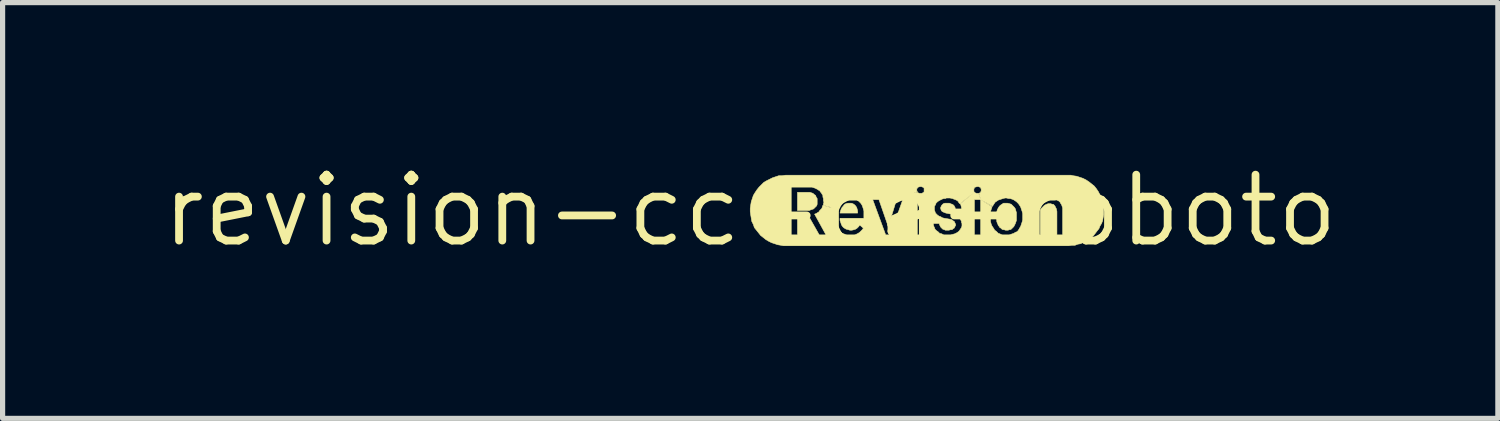
<source format=kicad_pcb>
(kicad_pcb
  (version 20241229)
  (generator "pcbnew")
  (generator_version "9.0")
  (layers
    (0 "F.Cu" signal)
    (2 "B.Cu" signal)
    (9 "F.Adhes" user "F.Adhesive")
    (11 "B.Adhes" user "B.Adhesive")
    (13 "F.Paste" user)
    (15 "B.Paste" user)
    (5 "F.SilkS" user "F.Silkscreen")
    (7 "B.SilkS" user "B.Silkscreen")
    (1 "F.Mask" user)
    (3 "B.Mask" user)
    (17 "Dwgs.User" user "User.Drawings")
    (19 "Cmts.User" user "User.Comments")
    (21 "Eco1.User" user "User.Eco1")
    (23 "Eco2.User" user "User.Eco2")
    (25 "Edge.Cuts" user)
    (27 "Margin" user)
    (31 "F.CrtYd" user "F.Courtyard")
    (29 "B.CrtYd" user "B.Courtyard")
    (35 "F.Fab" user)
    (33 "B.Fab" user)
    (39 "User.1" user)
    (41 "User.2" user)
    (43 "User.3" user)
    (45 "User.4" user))
  (footprint "revision-cc-ca-roboto"
    (layer "F.Cu")
    (at 11.407 1.006)
    (property "Reference" "revision-cc-ca-roboto" (at 0 0 0) (layer "F.SilkS") (effects (font (size 1.27 1.27) (thickness 0.15))))
    (attr board_only exclude_from_pos_files exclude_from_bom)
    (fp_poly (pts (xy 1.91 -0.14) (xy 1.88 -0.14) (xy 1.84 -0.13) (xy 1.81 -0.11) (xy 1.79 -0.08) (xy 1.77 -0.06) (xy 1.75 -0.02) (xy 1.74 0.01) (xy 1.73 0.05) (xy 2.07 0.05) (xy 2.07 0.01) (xy 2.06 -0.03) (xy 2.05 -0.06) (xy 2.03 -0.09) (xy 2.01 -0.11) (xy 1.98 -0.13) (xy 1.95 -0.14) (xy 1.91 -0.14)) (stroke (width 0.01) (type solid)) (fill yes) (layer "F.SilkS"))
    (fp_poly (pts (xy 0.91 0) (xy 1.1 0) (xy 1.14 0) (xy 1.16 -0.01) (xy 1.19 -0.02) (xy 1.22 -0.03) (xy 1.24 -0.05) (xy 1.26 -0.07) (xy 1.28 -0.09) (xy 1.29 -0.12) (xy 1.29 -0.15) (xy 1.29 -0.2) (xy 1.29 -0.23) (xy 1.27 -0.26) (xy 1.26 -0.29) (xy 1.23 -0.31) (xy 1.21 -0.33) (xy 1.18 -0.34) (xy 1.15 -0.35) (xy 1.1 -0.35) (xy 0.91 -0.35) (xy 0.91 0)) (stroke (width 0.01) (type solid)) (fill yes) (layer "F.SilkS"))
    (fp_poly (pts (xy 4.74 0.12) (xy 4.74 0.15) (xy 4.75 0.18) (xy 4.75 0.21) (xy 4.76 0.24) (xy 4.77 0.26) (xy 4.78 0.29) (xy 4.8 0.31) (xy 4.81 0.33) (xy 4.83 0.34) (xy 4.85 0.36) (xy 4.87 0.37) (xy 4.89 0.37) (xy 4.92 0.38) (xy 4.94 0.38) (xy 4.97 0.38) (xy 4.99 0.37) (xy 5.01 0.37) (xy 5.03 0.36) (xy 5.05 0.34) (xy 5.06 0.33) (xy 5.08 0.31) (xy 5.09 0.29) (xy 5.1 0.27) (xy 5.11 0.25) (xy 5.12 0.22) (xy 5.13 0.19) (xy 5.13 0.13) (xy 5.13 0.07) (xy 5.13 0.04) (xy 5.12 0.01) (xy 5.11 -0.03) (xy 5.09 -0.06) (xy 5.06 -0.09) (xy 5.03 -0.12) (xy 5 -0.13) (xy 4.96 -0.14) (xy 4.92 -0.14) (xy 4.88 -0.14) (xy 4.85 -0.12) (xy 4.82 -0.1) (xy 4.8 -0.08) (xy 4.78 -0.05) (xy 4.76 -0.01) (xy 4.75 0.03) (xy 4.74 0.07) (xy 4.74 0.12)) (stroke (width 0.01) (type solid)) (fill yes) (layer "F.SilkS"))
    (fp_poly (pts (xy 0.68 -0.68) (xy 0.61 -0.67) (xy 0.55 -0.67) (xy 0.49 -0.65) (xy 0.43 -0.63) (xy 0.37 -0.6) (xy 0.31 -0.57) (xy 0.26 -0.54) (xy 0.21 -0.49) (xy 0.17 -0.45) (xy 0.13 -0.4) (xy 0.09 -0.34) (xy 0.06 -0.29) (xy 0.04 -0.23) (xy 0.02 -0.17) (xy 0.01 -0.11) (xy 0 -0.04) (xy 0 0.02) (xy 0.01 0.09) (xy 0.02 0.15) (xy 0.03 0.21) (xy 0.06 0.27) (xy 0.08 0.33) (xy 0.12 0.38) (xy 0.16 0.43) (xy 0.2 0.48) (xy 0.25 0.52) (xy 0.3 0.56) (xy 0.35 0.59) (xy 0.41 0.62) (xy 0.47 0.64) (xy 0.53 0.66) (xy 0.59 0.67) (xy 0.64 0.68) (xy 0.68 0.68) (xy 0.79 0.47) (xy 0.79 -0.45) (xy 1.1 -0.45) (xy 1.15 -0.45) (xy 1.19 -0.45) (xy 1.25 -0.43) (xy 1.27 -0.42) (xy 1.29 -0.41) (xy 1.32 -0.39) (xy 1.34 -0.38) (xy 1.35 -0.36) (xy 1.37 -0.34) (xy 1.38 -0.32) (xy 1.4 -0.29) (xy 1.4 -0.26) (xy 1.41 -0.23) (xy 1.41 -0.19) (xy 1.42 -0.16) (xy 1.41 -0.13) (xy 1.41 -0.1) (xy 1.64 -0.04) (xy 1.65 -0.07) (xy 1.66 -0.1) (xy 1.68 -0.12) (xy 1.7 -0.15) (xy 1.72 -0.17) (xy 1.75 -0.19) (xy 1.78 -0.2) (xy 1.81 -0.22) (xy 1.84 -0.23) (xy 1.87 -0.23) (xy 1.9 -0.24) (xy 1.93 -0.24) (xy 1.96 -0.23) (xy 1.99 -0.23) (xy 2.02 -0.22) (xy 2.05 -0.21) (xy 2.07 -0.19) (xy 2.09 -0.18) (xy 2.11 -0.16) (xy 2.13 -0.14) (xy 2.15 -0.11) (xy 2.36 -0.21) (xy 2.48 -0.21) (xy 2.66 0.31) (xy 2.82 -0.21) (xy 2.94 -0.21) (xy 3.22 -0.37) (xy 3.21 -0.38) (xy 3.21 -0.39) (xy 3.21 -0.42) (xy 3.22 -0.43) (xy 3.23 -0.44) (xy 3.23 -0.45) (xy 3.24 -0.45) (xy 3.27 -0.46) (xy 3.3 -0.46) (xy 3.32 -0.45) (xy 3.33 -0.45) (xy 3.34 -0.44) (xy 3.35 -0.43) (xy 3.35 -0.42) (xy 3.35 -0.4) (xy 3.35 -0.39) (xy 3.35 -0.37) (xy 3.35 -0.36) (xy 3.34 -0.35) (xy 3.33 -0.34) (xy 3.32 -0.34) (xy 3.31 -0.33) (xy 3.34 -0.21) (xy 3.57 -0.11) (xy 3.58 -0.14) (xy 3.61 -0.17) (xy 3.64 -0.19) (xy 3.66 -0.2) (xy 3.68 -0.21) (xy 3.7 -0.22) (xy 3.73 -0.23) (xy 3.76 -0.23) (xy 3.78 -0.24) (xy 3.85 -0.24) (xy 3.9 -0.23) (xy 3.92 -0.22) (xy 3.95 -0.21) (xy 3.97 -0.2) (xy 3.99 -0.19) (xy 4.01 -0.17) (xy 4.02 -0.15) (xy 4.04 -0.13) (xy 4.32 -0.35) (xy 4.31 -0.37) (xy 4.31 -0.38) (xy 4.31 -0.39) (xy 4.31 -0.42) (xy 4.32 -0.43) (xy 4.32 -0.44) (xy 4.33 -0.45) (xy 4.34 -0.45) (xy 4.37 -0.46) (xy 4.4 -0.46) (xy 4.42 -0.45) (xy 4.43 -0.45) (xy 4.44 -0.44) (xy 4.44 -0.43) (xy 4.45 -0.42) (xy 4.45 -0.4) (xy 4.45 -0.39) (xy 4.45 -0.37) (xy 4.44 -0.36) (xy 4.44 -0.35) (xy 4.43 -0.34) (xy 4.42 -0.34) (xy 4.41 -0.33) (xy 4.44 -0.21) (xy 4.67 -0.08) (xy 4.68 -0.1) (xy 4.7 -0.13) (xy 4.72 -0.16) (xy 4.75 -0.18) (xy 4.78 -0.2) (xy 4.81 -0.21) (xy 4.84 -0.22) (xy 4.87 -0.23) (xy 4.91 -0.24) (xy 4.94 -0.24) (xy 4.98 -0.23) (xy 5.01 -0.23) (xy 5.04 -0.22) (xy 5.07 -0.21) (xy 5.1 -0.19) (xy 5.13 -0.17) (xy 5.15 -0.15) (xy 5.17 -0.13) (xy 5.19 -0.1) (xy 5.21 -0.07) (xy 5.22 -0.04) (xy 5.23 -0.01) (xy 5.24 0.02) (xy 5.25 0.06) (xy 5.25 0.1) (xy 5.25 0.14) (xy 5.25 0.18) (xy 5.24 0.22) (xy 5.23 0.25) (xy 5.22 0.28) (xy 5.21 0.31) (xy 5.19 0.34) (xy 5.18 0.36) (xy 5.16 0.39) (xy 5.14 0.41) (xy 5.11 0.42) (xy 5.08 0.44) (xy 5.05 0.45) (xy 5.02 0.46) (xy 4.99 0.47) (xy 4.96 0.47) (xy 4.93 0.47) (xy 4.89 0.47) (xy 4.86 0.47) (xy 4.83 0.46) (xy 4.81 0.45) (xy 4.78 0.44) (xy 4.76 0.42) (xy 4.74 0.4) (xy 4.71 0.38) (xy 4.7 0.36) (xy 4.68 0.33) (xy 4.66 0.3) (xy 4.65 0.28) (xy 4.64 0.25) (xy 4.63 0.21) (xy 4.63 0.18) (xy 4.63 0.15) (xy 4.63 0.11) (xy 4.63 0.07) (xy 4.63 0.03) (xy 4.64 -0.01) (xy 4.65 -0.04) (xy 4.66 -0.07) (xy 4.44 -0.21) (xy 4.44 0.47) (xy 4.32 0.47) (xy 4.32 -0.21) (xy 4.44 -0.21) (xy 4.4 -0.33) (xy 4.39 -0.33) (xy 4.37 -0.33) (xy 4.36 -0.33) (xy 4.34 -0.34) (xy 4.33 -0.34) (xy 4.32 -0.35) (xy 4.05 -0.13) (xy 4.06 -0.1) (xy 4.07 -0.06) (xy 4.07 -0.03) (xy 3.95 -0.03) (xy 3.95 -0.05) (xy 3.94 -0.07) (xy 3.93 -0.09) (xy 3.91 -0.11) (xy 3.89 -0.12) (xy 3.86 -0.13) (xy 3.84 -0.14) (xy 3.81 -0.14) (xy 3.78 -0.14) (xy 3.75 -0.14) (xy 3.72 -0.13) (xy 3.7 -0.11) (xy 3.69 -0.1) (xy 3.68 -0.08) (xy 3.67 -0.06) (xy 3.67 -0.03) (xy 3.68 -0.01) (xy 3.68 0) (xy 3.7 0.02) (xy 3.72 0.03) (xy 3.77 0.05) (xy 3.87 0.07) (xy 3.93 0.09) (xy 3.98 0.11) (xy 4.01 0.14) (xy 4.03 0.15) (xy 4.05 0.17) (xy 4.06 0.19) (xy 4.07 0.21) (xy 4.07 0.23) (xy 4.08 0.25) (xy 4.08 0.27) (xy 4.08 0.3) (xy 4.07 0.33) (xy 4.05 0.36) (xy 4.03 0.39) (xy 4.01 0.41) (xy 3.98 0.43) (xy 3.94 0.45) (xy 3.9 0.46) (xy 3.86 0.47) (xy 3.81 0.47) (xy 3.77 0.47) (xy 3.73 0.47) (xy 3.69 0.45) (xy 3.65 0.44) (xy 3.62 0.41) (xy 3.59 0.39) (xy 3.56 0.36) (xy 3.55 0.33) (xy 3.54 0.31) (xy 3.53 0.28) (xy 3.53 0.25) (xy 3.64 0.25) (xy 3.65 0.28) (xy 3.66 0.3) (xy 3.67 0.32) (xy 3.69 0.34) (xy 3.71 0.36) (xy 3.74 0.37) (xy 3.76 0.38) (xy 3.79 0.38) (xy 3.83 0.38) (xy 3.86 0.37) (xy 3.89 0.37) (xy 3.91 0.35) (xy 3.93 0.34) (xy 3.94 0.32) (xy 3.95 0.3) (xy 3.96 0.28) (xy 3.95 0.25) (xy 3.94 0.23) (xy 3.93 0.21) (xy 3.91 0.2) (xy 3.89 0.18) (xy 3.86 0.17) (xy 3.74 0.15) (xy 3.7 0.14) (xy 3.67 0.12) (xy 3.64 0.11) (xy 3.61 0.09) (xy 3.59 0.07) (xy 3.57 0.05) (xy 3.56 0.02) (xy 3.55 -0.01) (xy 3.55 -0.05) (xy 3.55 -0.08) (xy 3.57 -0.11) (xy 3.34 -0.21) (xy 3.34 0.47) (xy 3.22 0.47) (xy 3.22 -0.21) (xy 3.34 -0.21) (xy 3.31 -0.33) (xy 3.29 -0.33) (xy 3.27 -0.33) (xy 3.26 -0.33) (xy 3.24 -0.34) (xy 3.23 -0.34) (xy 3.22 -0.35) (xy 3.22 -0.36) (xy 2.94 -0.21) (xy 2.7 0.47) (xy 2.61 0.47) (xy 2.36 -0.21) (xy 2.15 -0.11) (xy 2.16 -0.09) (xy 2.17 -0.06) (xy 2.18 -0.03) (xy 2.19 0.01) (xy 2.19 0.04) (xy 2.19 0.08) (xy 2.19 0.15) (xy 1.73 0.15) (xy 1.73 0.19) (xy 1.74 0.22) (xy 1.75 0.25) (xy 1.76 0.28) (xy 1.78 0.31) (xy 1.8 0.33) (xy 1.83 0.35) (xy 1.85 0.36) (xy 1.89 0.37) (xy 1.92 0.38) (xy 1.96 0.38) (xy 2 0.37) (xy 2.03 0.36) (xy 2.06 0.34) (xy 2.09 0.31) (xy 2.11 0.28) (xy 2.18 0.34) (xy 2.16 0.37) (xy 2.13 0.4) (xy 2.11 0.42) (xy 2.08 0.44) (xy 2.04 0.46) (xy 2.01 0.47) (xy 1.97 0.47) (xy 1.92 0.47) (xy 1.89 0.47) (xy 1.86 0.47) (xy 1.83 0.46) (xy 1.8 0.45) (xy 1.77 0.44) (xy 1.75 0.42) (xy 1.72 0.4) (xy 1.7 0.38) (xy 1.68 0.36) (xy 1.66 0.34) (xy 1.65 0.31) (xy 1.64 0.28) (xy 1.63 0.25) (xy 1.62 0.22) (xy 1.61 0.19) (xy 1.61 0.15) (xy 1.61 0.1) (xy 1.61 0.07) (xy 1.62 0.03) (xy 1.63 0) (xy 1.64 -0.03) (xy 1.4 -0.1) (xy 1.39 -0.07) (xy 1.38 -0.04) (xy 1.36 -0.02) (xy 1.34 0) (xy 1.32 0.03) (xy 1.3 0.04) (xy 1.27 0.06) (xy 1.24 0.07) (xy 1.46 0.47) (xy 1.33 0.47) (xy 1.12 0.1) (xy 0.91 0.1) (xy 0.91 0.47) (xy 0.79 0.47) (xy 0.68 0.68) (xy 6.14 0.68) (xy 6.02 0.47) (xy 5.91 0.47) (xy 5.91 0.02) (xy 5.9 -0.03) (xy 5.89 -0.05) (xy 5.88 -0.07) (xy 5.87 -0.09) (xy 5.86 -0.1) (xy 5.84 -0.12) (xy 5.82 -0.12) (xy 5.79 -0.13) (xy 5.76 -0.13) (xy 5.74 -0.13) (xy 5.71 -0.12) (xy 5.69 -0.11) (xy 5.67 -0.1) (xy 5.65 -0.08) (xy 5.63 -0.06) (xy 5.61 -0.04) (xy 5.59 -0.01) (xy 5.59 0.47) (xy 5.48 0.47) (xy 5.48 -0.21) (xy 5.59 -0.21) (xy 5.59 -0.13) (xy 5.62 -0.15) (xy 5.64 -0.17) (xy 5.66 -0.19) (xy 5.68 -0.2) (xy 5.71 -0.21) (xy 5.73 -0.22) (xy 5.76 -0.22) (xy 5.79 -0.22) (xy 5.82 -0.22) (xy 5.86 -0.22) (xy 5.88 -0.21) (xy 5.91 -0.2) (xy 5.93 -0.19) (xy 5.95 -0.18) (xy 5.97 -0.16) (xy 5.98 -0.14) (xy 6 -0.11) (xy 6.01 -0.08) (xy 6.02 -0.05) (xy 6.02 -0.01) (xy 6.02 0.47) (xy 6.14 0.68) (xy 6.2 0.67) (xy 6.26 0.67) (xy 6.31 0.65) (xy 6.37 0.64) (xy 6.42 0.61) (xy 6.47 0.59) (xy 6.52 0.56) (xy 6.57 0.52) (xy 6.61 0.49) (xy 6.65 0.44) (xy 6.68 0.4) (xy 6.72 0.35) (xy 6.74 0.3) (xy 6.77 0.25) (xy 6.79 0.2) (xy 6.8 0.14) (xy 6.81 0.08) (xy 6.81 0.02) (xy 6.81 -0.05) (xy 6.8 -0.12) (xy 6.79 -0.18) (xy 6.77 -0.24) (xy 6.74 -0.3) (xy 6.71 -0.36) (xy 6.67 -0.42) (xy 6.63 -0.47) (xy 6.58 -0.51) (xy 6.53 -0.55) (xy 6.47 -0.59) (xy 6.41 -0.62) (xy 6.35 -0.64) (xy 6.29 -0.66) (xy 6.22 -0.67) (xy 6.18 -0.68) (xy 6.14 -0.68) (xy 0.68 -0.68)) (stroke (width 0.01) (type solid)) (fill yes) (layer "F.SilkS")))
  (gr_rect
    (start -3 -3)
    (end 25.814 5.012)
    (stroke (width 0.1) (type default))
    (fill no)
    (layer "Edge.Cuts")))
</source>
